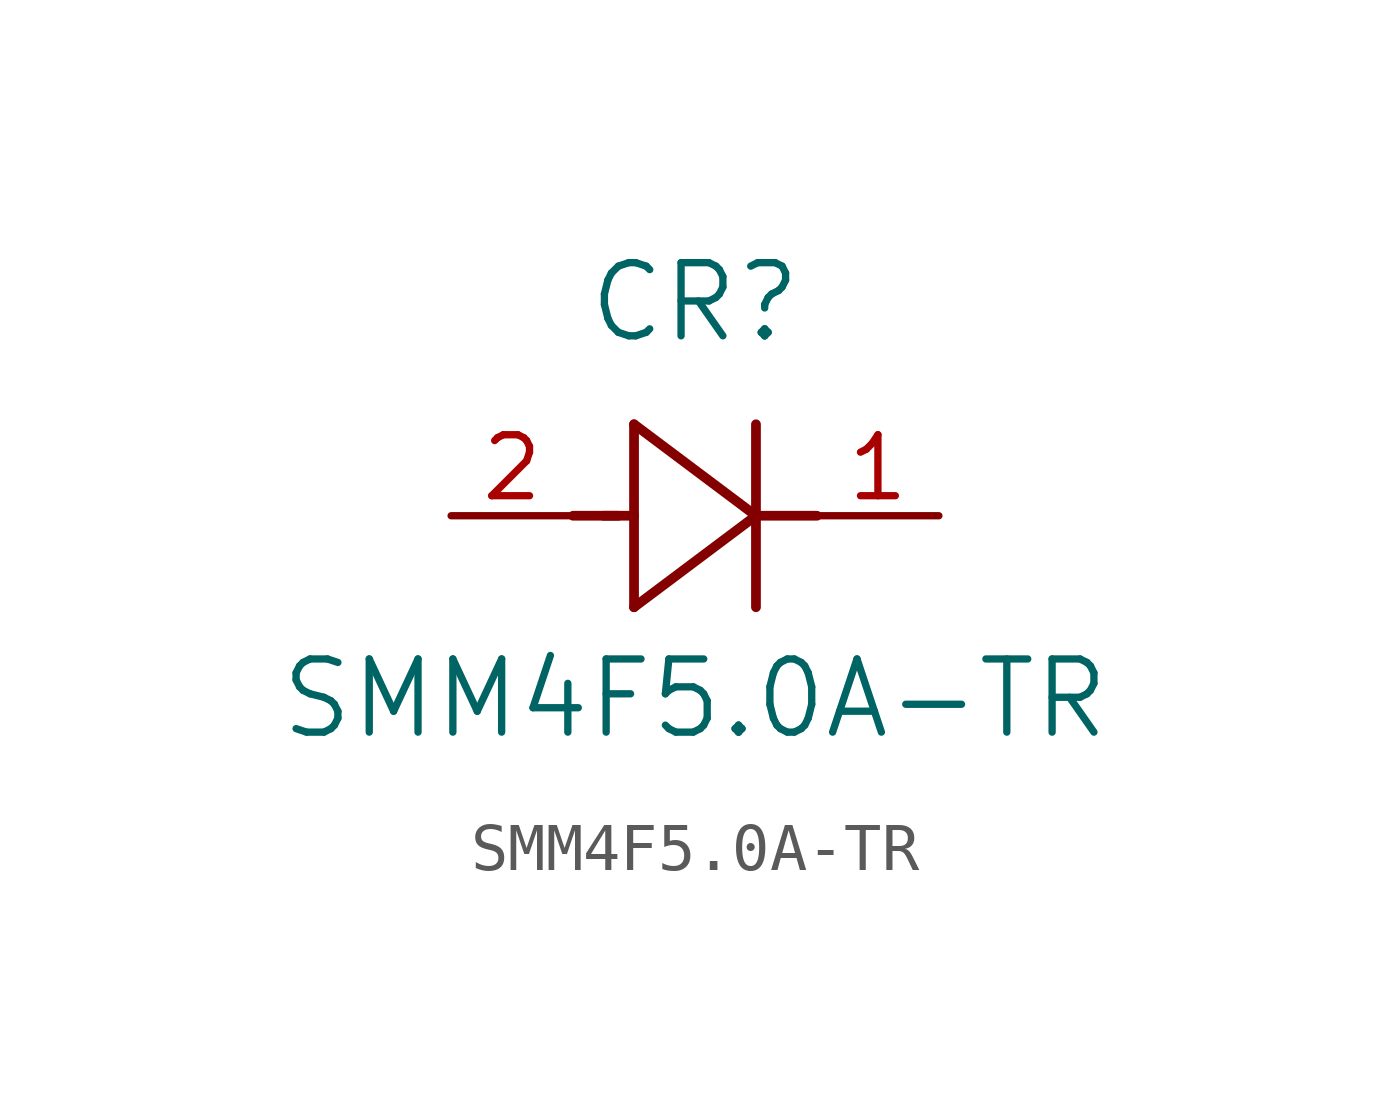
<source format=kicad_sym>
(kicad_symbol_lib
  (version 20231120)
  (generator "kicad_symbol_editor")
  (generator_version "8.0")
  (symbol "SMM4F5.0A-TR"
    (pin_names
      (offset 0.254))
    (property "Reference" "CR"
      (at 5.08 4.445 0)
      (effects (font (size 1.524 1.524))))
    (property "Value" "SMM4F5.0A-TR"
      (at 5.08 -3.81 0)
      (effects (font (size 1.524 1.524))))
    (property "ki_locked" ""
      (at 0 0 0)
      (effects (font (size 1.27 1.27))))
    (symbol "SMM4F5.0A-TR_0_1"
      (polyline (pts (xy 2.54 0) (xy 3.48 0)) (stroke (width 0.203) (type default)) (fill (type none)))
      (polyline (pts (xy 3.175 0) (xy 3.81 0)) (stroke (width 0.203) (type default)) (fill (type none)))
      (polyline (pts (xy 3.81 -1.905) (xy 6.35 0)) (stroke (width 0.203) (type default)) (fill (type none)))
      (polyline (pts (xy 3.81 1.905) (xy 3.81 -1.905)) (stroke (width 0.203) (type default)) (fill (type none)))
      (polyline (pts (xy 6.35 -1.905) (xy 6.35 1.905)) (stroke (width 0.203) (type default)) (fill (type none)))
      (polyline (pts (xy 6.35 0) (xy 3.81 1.905)) (stroke (width 0.203) (type default)) (fill (type none)))
      (polyline (pts (xy 6.35 0) (xy 7.62 0)) (stroke (width 0.203) (type default)) (fill (type none)))
      (pin unspecified line (at 10.16 0 180) (length 2.54) (name "" (effects (font (size 1.27 1.27)))) (number "1" (effects (font (size 1.27 1.27)))))
      (pin unspecified line (at 0 0 0) (length 2.54) (name "" (effects (font (size 1.27 1.27)))) (number "2" (effects (font (size 1.27 1.27))))))))
</source>
